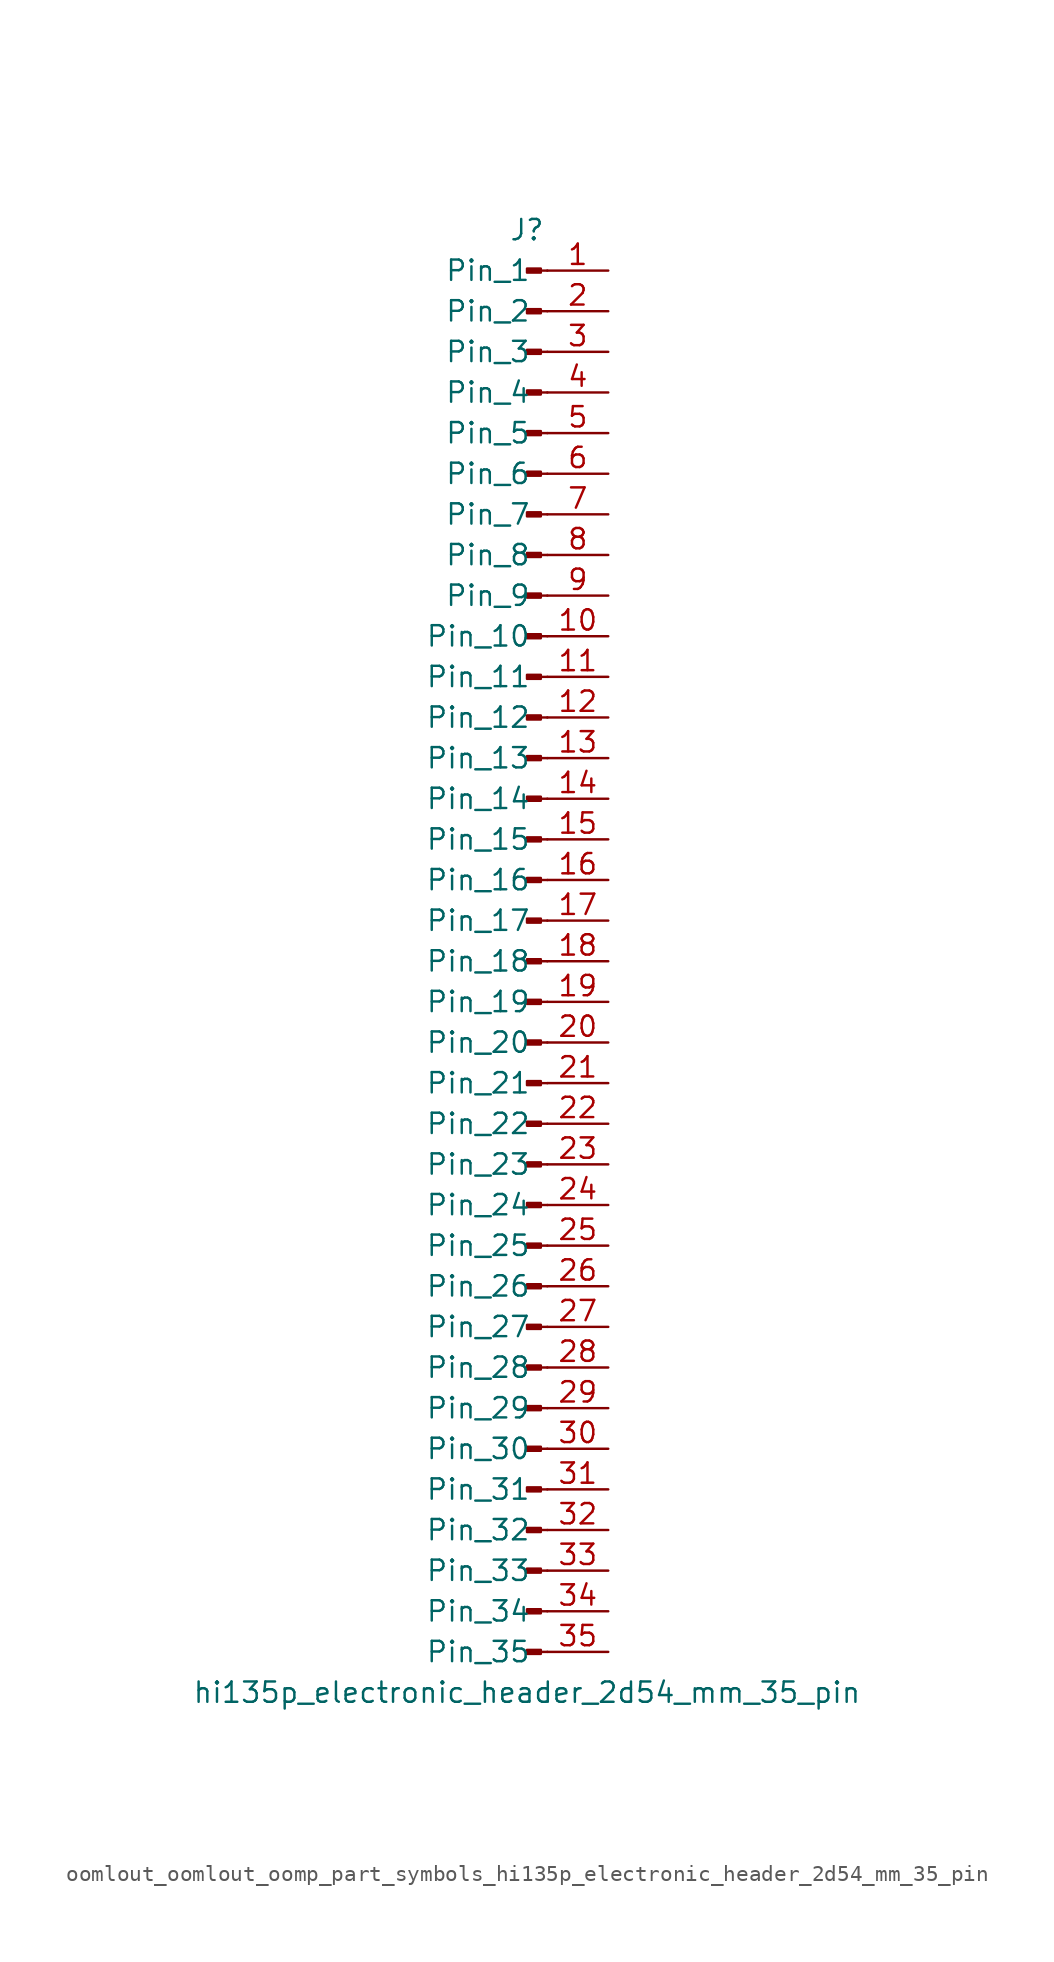
<source format=kicad_sym>
(kicad_symbol_lib
  (version 20220914)
  (generator kicad_symbol_editor)
  (symbol "oomlout_oomlout_oomp_part_symbols_hi135p_electronic_header_2d54_mm_35_pin"
    (pin_names
      (offset 1.016))
    (property "Reference" "J"
      (at 0 45.72 0)
      (effects (font (size 1.27 1.27))))
    (property "Value" "hi135p_electronic_header_2d54_mm_35_pin"
      (at 0 -45.72 0)
      (effects (font (size 1.27 1.27))))
    (property "ki_locked" ""
      (at 0 0 0)
      (effects (font (size 1.27 1.27))))
    (symbol "oomlout_oomlout_oomp_part_symbols_hi135p_electronic_header_2d54_mm_35_pin_1_1"
      (polyline (pts (xy 1.27 -43.18) (xy 0.864 -43.18)) (stroke (width 0.152) (type default)) (fill (type none)))
      (polyline (pts (xy 1.27 -40.64) (xy 0.864 -40.64)) (stroke (width 0.152) (type default)) (fill (type none)))
      (polyline (pts (xy 1.27 -38.1) (xy 0.864 -38.1)) (stroke (width 0.152) (type default)) (fill (type none)))
      (polyline (pts (xy 1.27 -35.56) (xy 0.864 -35.56)) (stroke (width 0.152) (type default)) (fill (type none)))
      (polyline (pts (xy 1.27 -33.02) (xy 0.864 -33.02)) (stroke (width 0.152) (type default)) (fill (type none)))
      (polyline (pts (xy 1.27 -30.48) (xy 0.864 -30.48)) (stroke (width 0.152) (type default)) (fill (type none)))
      (polyline (pts (xy 1.27 -27.94) (xy 0.864 -27.94)) (stroke (width 0.152) (type default)) (fill (type none)))
      (polyline (pts (xy 1.27 -25.4) (xy 0.864 -25.4)) (stroke (width 0.152) (type default)) (fill (type none)))
      (polyline (pts (xy 1.27 -22.86) (xy 0.864 -22.86)) (stroke (width 0.152) (type default)) (fill (type none)))
      (polyline (pts (xy 1.27 -20.32) (xy 0.864 -20.32)) (stroke (width 0.152) (type default)) (fill (type none)))
      (polyline (pts (xy 1.27 -17.78) (xy 0.864 -17.78)) (stroke (width 0.152) (type default)) (fill (type none)))
      (polyline (pts (xy 1.27 -15.24) (xy 0.864 -15.24)) (stroke (width 0.152) (type default)) (fill (type none)))
      (polyline (pts (xy 1.27 -12.7) (xy 0.864 -12.7)) (stroke (width 0.152) (type default)) (fill (type none)))
      (polyline (pts (xy 1.27 -10.16) (xy 0.864 -10.16)) (stroke (width 0.152) (type default)) (fill (type none)))
      (polyline (pts (xy 1.27 -7.62) (xy 0.864 -7.62)) (stroke (width 0.152) (type default)) (fill (type none)))
      (polyline (pts (xy 1.27 -5.08) (xy 0.864 -5.08)) (stroke (width 0.152) (type default)) (fill (type none)))
      (polyline (pts (xy 1.27 -2.54) (xy 0.864 -2.54)) (stroke (width 0.152) (type default)) (fill (type none)))
      (polyline (pts (xy 1.27 0) (xy 0.864 0)) (stroke (width 0.152) (type default)) (fill (type none)))
      (polyline (pts (xy 1.27 2.54) (xy 0.864 2.54)) (stroke (width 0.152) (type default)) (fill (type none)))
      (polyline (pts (xy 1.27 5.08) (xy 0.864 5.08)) (stroke (width 0.152) (type default)) (fill (type none)))
      (polyline (pts (xy 1.27 7.62) (xy 0.864 7.62)) (stroke (width 0.152) (type default)) (fill (type none)))
      (polyline (pts (xy 1.27 10.16) (xy 0.864 10.16)) (stroke (width 0.152) (type default)) (fill (type none)))
      (polyline (pts (xy 1.27 12.7) (xy 0.864 12.7)) (stroke (width 0.152) (type default)) (fill (type none)))
      (polyline (pts (xy 1.27 15.24) (xy 0.864 15.24)) (stroke (width 0.152) (type default)) (fill (type none)))
      (polyline (pts (xy 1.27 17.78) (xy 0.864 17.78)) (stroke (width 0.152) (type default)) (fill (type none)))
      (polyline (pts (xy 1.27 20.32) (xy 0.864 20.32)) (stroke (width 0.152) (type default)) (fill (type none)))
      (polyline (pts (xy 1.27 22.86) (xy 0.864 22.86)) (stroke (width 0.152) (type default)) (fill (type none)))
      (polyline (pts (xy 1.27 25.4) (xy 0.864 25.4)) (stroke (width 0.152) (type default)) (fill (type none)))
      (polyline (pts (xy 1.27 27.94) (xy 0.864 27.94)) (stroke (width 0.152) (type default)) (fill (type none)))
      (polyline (pts (xy 1.27 30.48) (xy 0.864 30.48)) (stroke (width 0.152) (type default)) (fill (type none)))
      (polyline (pts (xy 1.27 33.02) (xy 0.864 33.02)) (stroke (width 0.152) (type default)) (fill (type none)))
      (polyline (pts (xy 1.27 35.56) (xy 0.864 35.56)) (stroke (width 0.152) (type default)) (fill (type none)))
      (polyline (pts (xy 1.27 38.1) (xy 0.864 38.1)) (stroke (width 0.152) (type default)) (fill (type none)))
      (polyline (pts (xy 1.27 40.64) (xy 0.864 40.64)) (stroke (width 0.152) (type default)) (fill (type none)))
      (polyline (pts (xy 1.27 43.18) (xy 0.864 43.18)) (stroke (width 0.152) (type default)) (fill (type none)))
      (rectangle (start 0.864 -43.053) (end 0 -43.307) (stroke (width 0.152) (type default)) (fill (type outline)))
      (rectangle (start 0.864 -40.513) (end 0 -40.767) (stroke (width 0.152) (type default)) (fill (type outline)))
      (rectangle (start 0.864 -37.973) (end 0 -38.227) (stroke (width 0.152) (type default)) (fill (type outline)))
      (rectangle (start 0.864 -35.433) (end 0 -35.687) (stroke (width 0.152) (type default)) (fill (type outline)))
      (rectangle (start 0.864 -32.893) (end 0 -33.147) (stroke (width 0.152) (type default)) (fill (type outline)))
      (rectangle (start 0.864 -30.353) (end 0 -30.607) (stroke (width 0.152) (type default)) (fill (type outline)))
      (rectangle (start 0.864 -27.813) (end 0 -28.067) (stroke (width 0.152) (type default)) (fill (type outline)))
      (rectangle (start 0.864 -25.273) (end 0 -25.527) (stroke (width 0.152) (type default)) (fill (type outline)))
      (rectangle (start 0.864 -22.733) (end 0 -22.987) (stroke (width 0.152) (type default)) (fill (type outline)))
      (rectangle (start 0.864 -20.193) (end 0 -20.447) (stroke (width 0.152) (type default)) (fill (type outline)))
      (rectangle (start 0.864 -17.653) (end 0 -17.907) (stroke (width 0.152) (type default)) (fill (type outline)))
      (rectangle (start 0.864 -15.113) (end 0 -15.367) (stroke (width 0.152) (type default)) (fill (type outline)))
      (rectangle (start 0.864 -12.573) (end 0 -12.827) (stroke (width 0.152) (type default)) (fill (type outline)))
      (rectangle (start 0.864 -10.033) (end 0 -10.287) (stroke (width 0.152) (type default)) (fill (type outline)))
      (rectangle (start 0.864 -7.493) (end 0 -7.747) (stroke (width 0.152) (type default)) (fill (type outline)))
      (rectangle (start 0.864 -4.953) (end 0 -5.207) (stroke (width 0.152) (type default)) (fill (type outline)))
      (rectangle (start 0.864 -2.413) (end 0 -2.667) (stroke (width 0.152) (type default)) (fill (type outline)))
      (rectangle (start 0.864 0.127) (end 0 -0.127) (stroke (width 0.152) (type default)) (fill (type outline)))
      (rectangle (start 0.864 2.667) (end 0 2.413) (stroke (width 0.152) (type default)) (fill (type outline)))
      (rectangle (start 0.864 5.207) (end 0 4.953) (stroke (width 0.152) (type default)) (fill (type outline)))
      (rectangle (start 0.864 7.747) (end 0 7.493) (stroke (width 0.152) (type default)) (fill (type outline)))
      (rectangle (start 0.864 10.287) (end 0 10.033) (stroke (width 0.152) (type default)) (fill (type outline)))
      (rectangle (start 0.864 12.827) (end 0 12.573) (stroke (width 0.152) (type default)) (fill (type outline)))
      (rectangle (start 0.864 15.367) (end 0 15.113) (stroke (width 0.152) (type default)) (fill (type outline)))
      (rectangle (start 0.864 17.907) (end 0 17.653) (stroke (width 0.152) (type default)) (fill (type outline)))
      (rectangle (start 0.864 20.447) (end 0 20.193) (stroke (width 0.152) (type default)) (fill (type outline)))
      (rectangle (start 0.864 22.987) (end 0 22.733) (stroke (width 0.152) (type default)) (fill (type outline)))
      (rectangle (start 0.864 25.527) (end 0 25.273) (stroke (width 0.152) (type default)) (fill (type outline)))
      (rectangle (start 0.864 28.067) (end 0 27.813) (stroke (width 0.152) (type default)) (fill (type outline)))
      (rectangle (start 0.864 30.607) (end 0 30.353) (stroke (width 0.152) (type default)) (fill (type outline)))
      (rectangle (start 0.864 33.147) (end 0 32.893) (stroke (width 0.152) (type default)) (fill (type outline)))
      (rectangle (start 0.864 35.687) (end 0 35.433) (stroke (width 0.152) (type default)) (fill (type outline)))
      (rectangle (start 0.864 38.227) (end 0 37.973) (stroke (width 0.152) (type default)) (fill (type outline)))
      (rectangle (start 0.864 40.767) (end 0 40.513) (stroke (width 0.152) (type default)) (fill (type outline)))
      (rectangle (start 0.864 43.307) (end 0 43.053) (stroke (width 0.152) (type default)) (fill (type outline)))
      (pin passive line (at 5.08 43.18 180) (length 3.81) (name "Pin_1" (effects (font (size 1.27 1.27)))) (number "1" (effects (font (size 1.27 1.27)))))
      (pin passive line (at 5.08 20.32 180) (length 3.81) (name "Pin_10" (effects (font (size 1.27 1.27)))) (number "10" (effects (font (size 1.27 1.27)))))
      (pin passive line (at 5.08 17.78 180) (length 3.81) (name "Pin_11" (effects (font (size 1.27 1.27)))) (number "11" (effects (font (size 1.27 1.27)))))
      (pin passive line (at 5.08 15.24 180) (length 3.81) (name "Pin_12" (effects (font (size 1.27 1.27)))) (number "12" (effects (font (size 1.27 1.27)))))
      (pin passive line (at 5.08 12.7 180) (length 3.81) (name "Pin_13" (effects (font (size 1.27 1.27)))) (number "13" (effects (font (size 1.27 1.27)))))
      (pin passive line (at 5.08 10.16 180) (length 3.81) (name "Pin_14" (effects (font (size 1.27 1.27)))) (number "14" (effects (font (size 1.27 1.27)))))
      (pin passive line (at 5.08 7.62 180) (length 3.81) (name "Pin_15" (effects (font (size 1.27 1.27)))) (number "15" (effects (font (size 1.27 1.27)))))
      (pin passive line (at 5.08 5.08 180) (length 3.81) (name "Pin_16" (effects (font (size 1.27 1.27)))) (number "16" (effects (font (size 1.27 1.27)))))
      (pin passive line (at 5.08 2.54 180) (length 3.81) (name "Pin_17" (effects (font (size 1.27 1.27)))) (number "17" (effects (font (size 1.27 1.27)))))
      (pin passive line (at 5.08 0 180) (length 3.81) (name "Pin_18" (effects (font (size 1.27 1.27)))) (number "18" (effects (font (size 1.27 1.27)))))
      (pin passive line (at 5.08 -2.54 180) (length 3.81) (name "Pin_19" (effects (font (size 1.27 1.27)))) (number "19" (effects (font (size 1.27 1.27)))))
      (pin passive line (at 5.08 40.64 180) (length 3.81) (name "Pin_2" (effects (font (size 1.27 1.27)))) (number "2" (effects (font (size 1.27 1.27)))))
      (pin passive line (at 5.08 -5.08 180) (length 3.81) (name "Pin_20" (effects (font (size 1.27 1.27)))) (number "20" (effects (font (size 1.27 1.27)))))
      (pin passive line (at 5.08 -7.62 180) (length 3.81) (name "Pin_21" (effects (font (size 1.27 1.27)))) (number "21" (effects (font (size 1.27 1.27)))))
      (pin passive line (at 5.08 -10.16 180) (length 3.81) (name "Pin_22" (effects (font (size 1.27 1.27)))) (number "22" (effects (font (size 1.27 1.27)))))
      (pin passive line (at 5.08 -12.7 180) (length 3.81) (name "Pin_23" (effects (font (size 1.27 1.27)))) (number "23" (effects (font (size 1.27 1.27)))))
      (pin passive line (at 5.08 -15.24 180) (length 3.81) (name "Pin_24" (effects (font (size 1.27 1.27)))) (number "24" (effects (font (size 1.27 1.27)))))
      (pin passive line (at 5.08 -17.78 180) (length 3.81) (name "Pin_25" (effects (font (size 1.27 1.27)))) (number "25" (effects (font (size 1.27 1.27)))))
      (pin passive line (at 5.08 -20.32 180) (length 3.81) (name "Pin_26" (effects (font (size 1.27 1.27)))) (number "26" (effects (font (size 1.27 1.27)))))
      (pin passive line (at 5.08 -22.86 180) (length 3.81) (name "Pin_27" (effects (font (size 1.27 1.27)))) (number "27" (effects (font (size 1.27 1.27)))))
      (pin passive line (at 5.08 -25.4 180) (length 3.81) (name "Pin_28" (effects (font (size 1.27 1.27)))) (number "28" (effects (font (size 1.27 1.27)))))
      (pin passive line (at 5.08 -27.94 180) (length 3.81) (name "Pin_29" (effects (font (size 1.27 1.27)))) (number "29" (effects (font (size 1.27 1.27)))))
      (pin passive line (at 5.08 38.1 180) (length 3.81) (name "Pin_3" (effects (font (size 1.27 1.27)))) (number "3" (effects (font (size 1.27 1.27)))))
      (pin passive line (at 5.08 -30.48 180) (length 3.81) (name "Pin_30" (effects (font (size 1.27 1.27)))) (number "30" (effects (font (size 1.27 1.27)))))
      (pin passive line (at 5.08 -33.02 180) (length 3.81) (name "Pin_31" (effects (font (size 1.27 1.27)))) (number "31" (effects (font (size 1.27 1.27)))))
      (pin passive line (at 5.08 -35.56 180) (length 3.81) (name "Pin_32" (effects (font (size 1.27 1.27)))) (number "32" (effects (font (size 1.27 1.27)))))
      (pin passive line (at 5.08 -38.1 180) (length 3.81) (name "Pin_33" (effects (font (size 1.27 1.27)))) (number "33" (effects (font (size 1.27 1.27)))))
      (pin passive line (at 5.08 -40.64 180) (length 3.81) (name "Pin_34" (effects (font (size 1.27 1.27)))) (number "34" (effects (font (size 1.27 1.27)))))
      (pin passive line (at 5.08 -43.18 180) (length 3.81) (name "Pin_35" (effects (font (size 1.27 1.27)))) (number "35" (effects (font (size 1.27 1.27)))))
      (pin passive line (at 5.08 35.56 180) (length 3.81) (name "Pin_4" (effects (font (size 1.27 1.27)))) (number "4" (effects (font (size 1.27 1.27)))))
      (pin passive line (at 5.08 33.02 180) (length 3.81) (name "Pin_5" (effects (font (size 1.27 1.27)))) (number "5" (effects (font (size 1.27 1.27)))))
      (pin passive line (at 5.08 30.48 180) (length 3.81) (name "Pin_6" (effects (font (size 1.27 1.27)))) (number "6" (effects (font (size 1.27 1.27)))))
      (pin passive line (at 5.08 27.94 180) (length 3.81) (name "Pin_7" (effects (font (size 1.27 1.27)))) (number "7" (effects (font (size 1.27 1.27)))))
      (pin passive line (at 5.08 25.4 180) (length 3.81) (name "Pin_8" (effects (font (size 1.27 1.27)))) (number "8" (effects (font (size 1.27 1.27)))))
      (pin passive line (at 5.08 22.86 180) (length 3.81) (name "Pin_9" (effects (font (size 1.27 1.27)))) (number "9" (effects (font (size 1.27 1.27))))))))
</source>
